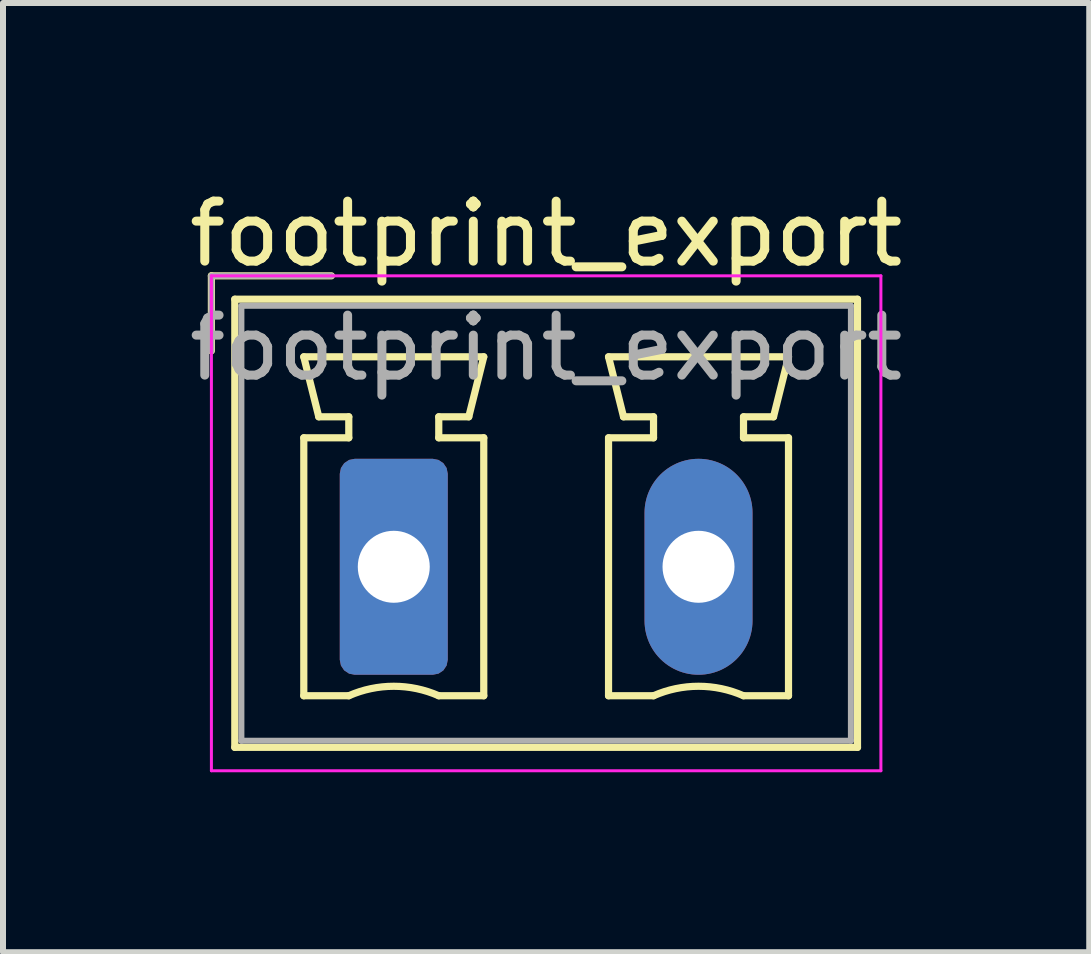
<source format=kicad_pcb>
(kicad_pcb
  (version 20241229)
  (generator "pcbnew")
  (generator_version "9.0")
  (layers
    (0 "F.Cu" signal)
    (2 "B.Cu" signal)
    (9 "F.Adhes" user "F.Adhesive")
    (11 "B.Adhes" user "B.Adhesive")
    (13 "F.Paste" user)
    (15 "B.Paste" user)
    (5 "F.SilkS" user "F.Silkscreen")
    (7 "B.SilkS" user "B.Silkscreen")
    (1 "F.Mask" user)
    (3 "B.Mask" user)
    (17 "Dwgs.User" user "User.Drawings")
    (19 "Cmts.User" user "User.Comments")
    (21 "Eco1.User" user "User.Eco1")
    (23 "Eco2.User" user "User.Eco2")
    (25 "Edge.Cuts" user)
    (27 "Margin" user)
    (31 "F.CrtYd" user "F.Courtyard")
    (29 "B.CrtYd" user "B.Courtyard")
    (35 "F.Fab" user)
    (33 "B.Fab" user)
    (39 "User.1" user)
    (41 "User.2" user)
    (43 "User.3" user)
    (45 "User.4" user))
  (footprint "footprint_export"
    (layer "F.Cu")
    (at 3.514 6.398)
    (property "Reference" "footprint_export" (at 2.54 -5.55 0) (layer "F.SilkS") (effects (font (size 1 1) (thickness 0.15))))
    (attr through_hole)
    (fp_line (start -3.04 -4.85) (end -1.04 -4.85) (stroke (width 0.12) (type solid)) (layer "F.SilkS"))
    (fp_line (start -3.04 -3.6) (end -3.04 -4.85) (stroke (width 0.12) (type solid)) (layer "F.SilkS"))
    (fp_line (start -2.65 -4.46) (end -2.65 3.01) (stroke (width 0.12) (type solid)) (layer "F.SilkS"))
    (fp_line (start -2.65 3.01) (end 7.73 3.01) (stroke (width 0.12) (type solid)) (layer "F.SilkS"))
    (fp_line (start -1.5 -3.5) (end 1.5 -3.5) (stroke (width 0.12) (type solid)) (layer "F.SilkS"))
    (fp_line (start -1.5 -2.15) (end -0.75 -2.15) (stroke (width 0.12) (type solid)) (layer "F.SilkS"))
    (fp_line (start -1.5 2.15) (end -1.5 -2.15) (stroke (width 0.12) (type solid)) (layer "F.SilkS"))
    (fp_line (start -1.25 -2.5) (end -1.5 -3.5) (stroke (width 0.12) (type solid)) (layer "F.SilkS"))
    (fp_line (start -0.75 -2.5) (end -1.25 -2.5) (stroke (width 0.12) (type solid)) (layer "F.SilkS"))
    (fp_line (start -0.75 -2.15) (end -0.75 -2.5) (stroke (width 0.12) (type solid)) (layer "F.SilkS"))
    (fp_line (start -0.75 2.15) (end -1.5 2.15) (stroke (width 0.12) (type solid)) (layer "F.SilkS"))
    (fp_line (start 0.75 -2.5) (end 0.75 -2.15) (stroke (width 0.12) (type solid)) (layer "F.SilkS"))
    (fp_line (start 0.75 -2.15) (end 1.5 -2.15) (stroke (width 0.12) (type solid)) (layer "F.SilkS"))
    (fp_line (start 1.25 -2.5) (end 0.75 -2.5) (stroke (width 0.12) (type solid)) (layer "F.SilkS"))
    (fp_line (start 1.5 -3.5) (end 1.25 -2.5) (stroke (width 0.12) (type solid)) (layer "F.SilkS"))
    (fp_line (start 1.5 -2.15) (end 1.5 2.15) (stroke (width 0.12) (type solid)) (layer "F.SilkS"))
    (fp_line (start 1.5 2.15) (end 0.75 2.15) (stroke (width 0.12) (type solid)) (layer "F.SilkS"))
    (fp_line (start 3.58 -3.5) (end 6.58 -3.5) (stroke (width 0.12) (type solid)) (layer "F.SilkS"))
    (fp_line (start 3.58 -2.15) (end 4.33 -2.15) (stroke (width 0.12) (type solid)) (layer "F.SilkS"))
    (fp_line (start 3.58 2.15) (end 3.58 -2.15) (stroke (width 0.12) (type solid)) (layer "F.SilkS"))
    (fp_line (start 3.83 -2.5) (end 3.58 -3.5) (stroke (width 0.12) (type solid)) (layer "F.SilkS"))
    (fp_line (start 4.33 -2.5) (end 3.83 -2.5) (stroke (width 0.12) (type solid)) (layer "F.SilkS"))
    (fp_line (start 4.33 -2.15) (end 4.33 -2.5) (stroke (width 0.12) (type solid)) (layer "F.SilkS"))
    (fp_line (start 4.33 2.15) (end 3.58 2.15) (stroke (width 0.12) (type solid)) (layer "F.SilkS"))
    (fp_line (start 5.83 -2.5) (end 5.83 -2.15) (stroke (width 0.12) (type solid)) (layer "F.SilkS"))
    (fp_line (start 5.83 -2.15) (end 6.58 -2.15) (stroke (width 0.12) (type solid)) (layer "F.SilkS"))
    (fp_line (start 6.33 -2.5) (end 5.83 -2.5) (stroke (width 0.12) (type solid)) (layer "F.SilkS"))
    (fp_line (start 6.58 -3.5) (end 6.33 -2.5) (stroke (width 0.12) (type solid)) (layer "F.SilkS"))
    (fp_line (start 6.58 -2.15) (end 6.58 2.15) (stroke (width 0.12) (type solid)) (layer "F.SilkS"))
    (fp_line (start 6.58 2.15) (end 5.83 2.15) (stroke (width 0.12) (type solid)) (layer "F.SilkS"))
    (fp_line (start 7.73 -4.46) (end -2.65 -4.46) (stroke (width 0.12) (type solid)) (layer "F.SilkS"))
    (fp_line (start 7.73 3.01) (end 7.73 -4.46) (stroke (width 0.12) (type solid)) (layer "F.SilkS"))
    (fp_arc (start -0.75 2.15) (mid -0.000193 1.99191) (end 0.749647 2.149844) (stroke (width 0.12) (type solid)) (layer "F.SilkS"))
    (fp_arc (start 4.33 2.15) (mid 5.079807 1.99191) (end 5.829647 2.149844) (stroke (width 0.12) (type solid)) (layer "F.SilkS"))
    (fp_line (start -3.04 -4.85) (end -3.04 3.4) (stroke (width 0.05) (type solid)) (layer "F.CrtYd"))
    (fp_line (start -3.04 3.4) (end 8.12 3.4) (stroke (width 0.05) (type solid)) (layer "F.CrtYd"))
    (fp_line (start 8.12 -4.85) (end -3.04 -4.85) (stroke (width 0.05) (type solid)) (layer "F.CrtYd"))
    (fp_line (start 8.12 3.4) (end 8.12 -4.85) (stroke (width 0.05) (type solid)) (layer "F.CrtYd"))
    (fp_line (start -3.04 -4.85) (end -1.04 -4.85) (stroke (width 0.1) (type solid)) (layer "F.Fab"))
    (fp_line (start -3.04 -3.6) (end -3.04 -4.85) (stroke (width 0.1) (type solid)) (layer "F.Fab"))
    (fp_line (start -2.54 -4.35) (end -2.54 2.9) (stroke (width 0.1) (type solid)) (layer "F.Fab"))
    (fp_line (start -2.54 2.9) (end 7.62 2.9) (stroke (width 0.1) (type solid)) (layer "F.Fab"))
    (fp_line (start 7.62 -4.35) (end -2.54 -4.35) (stroke (width 0.1) (type solid)) (layer "F.Fab"))
    (fp_line (start 7.62 2.9) (end 7.62 -4.35) (stroke (width 0.1) (type solid)) (layer "F.Fab"))
    (fp_text user "${REFERENCE}" (at 2.54 -3.65 0) (layer "F.Fab") (effects (font (size 1 1) (thickness 0.15))))
    (pad "1" thru_hole roundrect (at 0 0) (size 1.8 3.6) (drill 1.2) (layers "*.Cu" "*.Mask") (roundrect_rratio 0.139))
    (pad "2" thru_hole oval (at 5.08 0) (size 1.8 3.6) (drill 1.2) (layers "*.Cu" "*.Mask")))
  (gr_rect
    (start -3 -3)
    (end 15.107 12.823)
    (stroke (width 0.1) (type default))
    (fill no)
    (layer "Edge.Cuts")))
</source>
